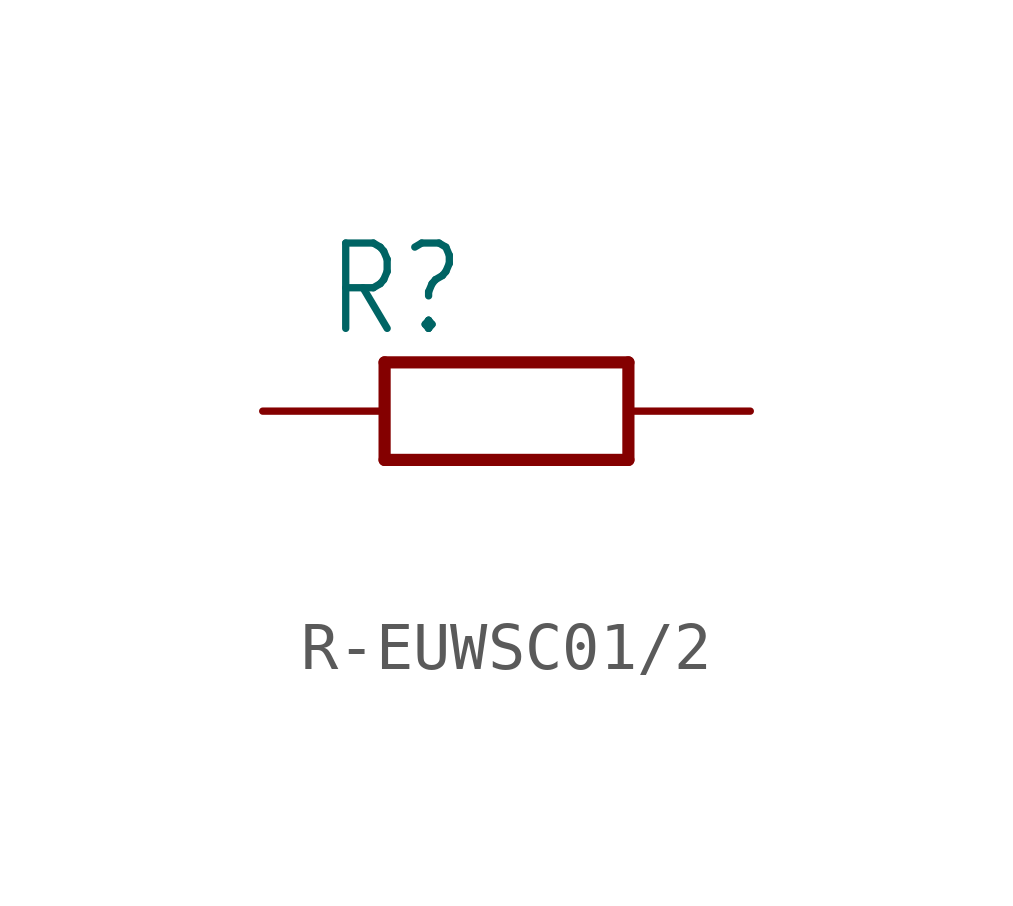
<source format=kicad_sym>
(kicad_symbol_lib
  (version 20220914)
  (generator kicad_symbol_editor)
  (symbol "R-EUWSC01/2"
    (property "Reference" "R"
      (at -3.81 1.499 0)
      (effects (font (size 1.778 1.511)) (justify left bottom)))
    (property "Value" ""
      (at -3.81 -3.302 0)
      (effects (font (size 1.778 1.511)) (justify left bottom)))
    (property "ki_locked" ""
      (at 0 0 0)
      (effects (font (size 1.27 1.27))))
    (symbol "R-EUWSC01/2_1_0"
      (polyline (pts (xy -2.54 -1.016) (xy -2.54 1.016)) (stroke (width 0.254) (type solid)) (fill (type none)))
      (polyline (pts (xy -2.54 1.016) (xy 2.54 1.016)) (stroke (width 0.254) (type solid)) (fill (type none)))
      (polyline (pts (xy 2.54 -1.016) (xy -2.54 -1.016)) (stroke (width 0.254) (type solid)) (fill (type none)))
      (polyline (pts (xy 2.54 1.016) (xy 2.54 -1.016)) (stroke (width 0.254) (type solid)) (fill (type none)))
      (pin passive line (at -5.08 0 0) (length 2.54) (name "1" (effects (font (size 0 0)))) (number "1" (effects (font (size 0 0)))))
      (pin passive line (at 5.08 0 180) (length 2.54) (name "2" (effects (font (size 0 0)))) (number "2" (effects (font (size 0 0))))))))
</source>
